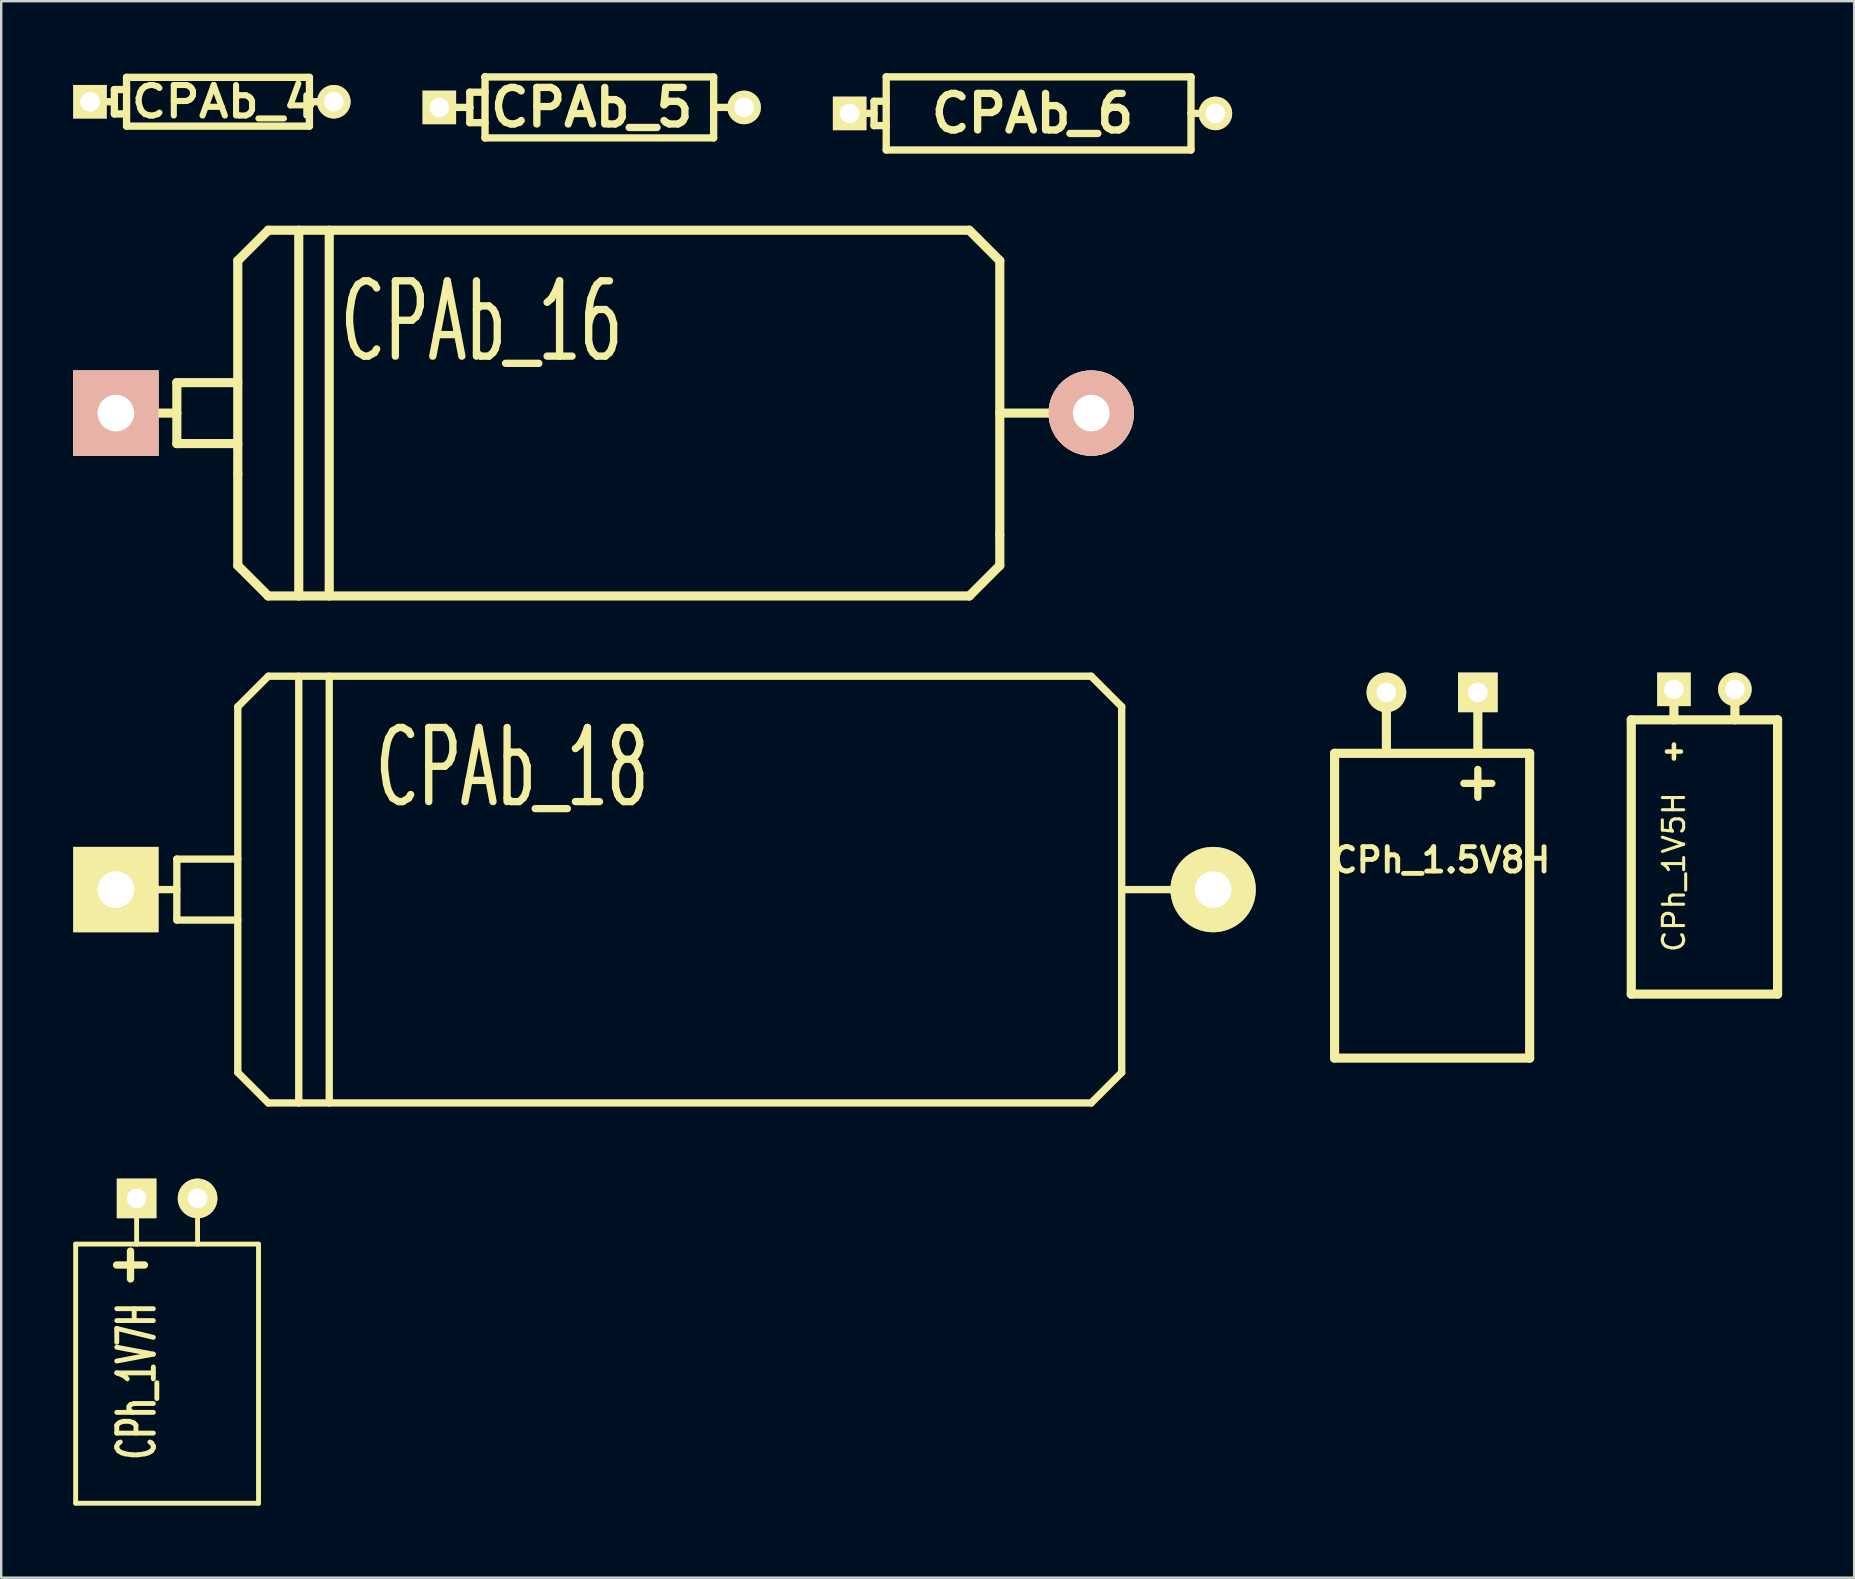
<source format=kicad_pcb>
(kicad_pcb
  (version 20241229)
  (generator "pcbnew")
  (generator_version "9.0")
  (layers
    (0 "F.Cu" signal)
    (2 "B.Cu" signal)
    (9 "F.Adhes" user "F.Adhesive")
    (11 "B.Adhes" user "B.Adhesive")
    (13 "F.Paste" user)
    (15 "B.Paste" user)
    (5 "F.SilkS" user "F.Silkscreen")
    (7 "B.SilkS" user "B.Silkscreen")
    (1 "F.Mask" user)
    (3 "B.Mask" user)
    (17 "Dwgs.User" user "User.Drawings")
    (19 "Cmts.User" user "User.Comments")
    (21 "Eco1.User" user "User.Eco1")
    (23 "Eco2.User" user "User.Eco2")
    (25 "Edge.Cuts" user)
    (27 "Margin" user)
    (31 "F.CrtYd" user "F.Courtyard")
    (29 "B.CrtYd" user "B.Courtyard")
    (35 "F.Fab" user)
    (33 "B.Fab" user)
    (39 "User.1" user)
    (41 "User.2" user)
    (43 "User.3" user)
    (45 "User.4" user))
  (footprint "CPAb_5"
    (layer "F.Cu")
    (at 21.605 1.426)
    (property "Reference" "CPAb_5" (at 0 0 0) (layer "F.SilkS") (effects (font (size 1.524 1.524) (thickness 0.305))))
    (attr through_hole)
    (fp_line (start -6.35 0) (end -6.35 0) (stroke (width 0.305) (type solid)) (layer "F.SilkS"))
    (fp_line (start -6.35 0) (end -5.08 0) (stroke (width 0.305) (type solid)) (layer "F.SilkS"))
    (fp_line (start -5.08 -0.635) (end -5.08 0.635) (stroke (width 0.305) (type solid)) (layer "F.SilkS"))
    (fp_line (start -5.08 0) (end -5.08 0) (stroke (width 0.305) (type solid)) (layer "F.SilkS"))
    (fp_line (start -5.08 0) (end -5.08 0) (stroke (width 0.305) (type solid)) (layer "F.SilkS"))
    (fp_line (start -5.08 0.635) (end -4.445 0.635) (stroke (width 0.305) (type solid)) (layer "F.SilkS"))
    (fp_line (start -4.445 -1.27) (end -4.445 -1.27) (stroke (width 0.305) (type solid)) (layer "F.SilkS"))
    (fp_line (start -4.445 -1.27) (end -4.445 -1.27) (stroke (width 0.305) (type solid)) (layer "F.SilkS"))
    (fp_line (start -4.445 -1.27) (end -4.445 -1.27) (stroke (width 0.305) (type solid)) (layer "F.SilkS"))
    (fp_line (start -4.445 -1.27) (end 5.08 -1.27) (stroke (width 0.305) (type solid)) (layer "F.SilkS"))
    (fp_line (start -4.445 -0.635) (end -5.08 -0.635) (stroke (width 0.305) (type solid)) (layer "F.SilkS"))
    (fp_line (start -4.445 -0.635) (end -4.445 -0.635) (stroke (width 0.305) (type solid)) (layer "F.SilkS"))
    (fp_line (start -4.445 1.27) (end -4.445 -1.27) (stroke (width 0.305) (type solid)) (layer "F.SilkS"))
    (fp_line (start 5.08 -1.27) (end 5.08 1.27) (stroke (width 0.305) (type solid)) (layer "F.SilkS"))
    (fp_line (start 5.08 0) (end 5.08 0) (stroke (width 0.305) (type solid)) (layer "F.SilkS"))
    (fp_line (start 5.08 0) (end 5.08 0) (stroke (width 0.305) (type solid)) (layer "F.SilkS"))
    (fp_line (start 5.08 0) (end 6.35 0) (stroke (width 0.305) (type solid)) (layer "F.SilkS"))
    (fp_line (start 5.08 1.27) (end -4.445 1.27) (stroke (width 0.305) (type solid)) (layer "F.SilkS"))
    (fp_line (start 6.35 0) (end 6.35 0) (stroke (width 0.305) (type solid)) (layer "F.SilkS"))
    (fp_line (start 6.35 0) (end 6.35 0) (stroke (width 0.305) (type solid)) (layer "F.SilkS"))
    (fp_line (start 6.35 0) (end 6.35 0) (stroke (width 0.305) (type solid)) (layer "F.SilkS"))
    (pad "1" thru_hole rect (at -6.35 0) (size 1.397 1.397) (drill 0.813) (layers "*.Cu" "*.Mask" "F.SilkS"))
    (pad "2" thru_hole circle (at 6.35 0) (size 1.397 1.397) (drill 0.813) (layers "*.Cu" "*.Mask" "F.SilkS")))
  (footprint "CPAb_6"
    (layer "F.Cu")
    (at 39.972 1.676)
    (property "Reference" "CPAb_6" (at 0 0 0) (layer "F.SilkS") (effects (font (size 1.524 1.524) (thickness 0.305))))
    (attr through_hole)
    (fp_line (start -7.62 0) (end -6.604 0) (stroke (width 0.305) (type solid)) (layer "F.SilkS"))
    (fp_line (start -6.604 -0.508) (end -6.096 -0.508) (stroke (width 0.305) (type solid)) (layer "F.SilkS"))
    (fp_line (start -6.604 0.508) (end -6.604 -0.508) (stroke (width 0.305) (type solid)) (layer "F.SilkS"))
    (fp_line (start -6.096 -1.524) (end -6.096 1.524) (stroke (width 0.305) (type solid)) (layer "F.SilkS"))
    (fp_line (start -6.096 0.508) (end -6.604 0.508) (stroke (width 0.305) (type solid)) (layer "F.SilkS"))
    (fp_line (start -6.096 1.524) (end 6.604 1.524) (stroke (width 0.305) (type solid)) (layer "F.SilkS"))
    (fp_line (start 6.604 -1.524) (end -6.096 -1.524) (stroke (width 0.305) (type solid)) (layer "F.SilkS"))
    (fp_line (start 6.604 0) (end 6.604 -1.524) (stroke (width 0.305) (type solid)) (layer "F.SilkS"))
    (fp_line (start 6.604 1.524) (end 6.604 0) (stroke (width 0.305) (type solid)) (layer "F.SilkS"))
    (fp_line (start 7.62 0) (end 6.604 0) (stroke (width 0.305) (type solid)) (layer "F.SilkS"))
    (pad "1" thru_hole rect (at -7.62 0) (size 1.397 1.397) (drill 0.813) (layers "*.Cu" "*.Mask" "F.SilkS"))
    (pad "2" thru_hole circle (at 7.62 0) (size 1.397 1.397) (drill 0.813) (layers "*.Cu" "*.Mask" "F.SilkS")))
  (footprint "CPh_1V5H"
    (layer "F.Cu")
    (at 67.968 25.672)
    (property "Reference" "CPh_1V5H" (at -1.27 7.62 90) (layer "F.SilkS") (effects (font (size 0.889 0.889) (thickness 0.127))))
    (attr through_hole)
    (fp_line (start -3.048 1.27) (end 3.048 1.27) (stroke (width 0.381) (type solid)) (layer "F.SilkS"))
    (fp_line (start -3.048 12.7) (end -3.048 1.27) (stroke (width 0.381) (type solid)) (layer "F.SilkS"))
    (fp_line (start -3.048 12.7) (end 3.048 12.7) (stroke (width 0.381) (type solid)) (layer "F.SilkS"))
    (fp_line (start -1.27 0) (end -1.27 1.27) (stroke (width 0.381) (type solid)) (layer "F.SilkS"))
    (fp_line (start 1.27 0) (end 1.27 1.27) (stroke (width 0.381) (type solid)) (layer "F.SilkS"))
    (fp_line (start 3.048 1.27) (end 3.048 12.7) (stroke (width 0.381) (type solid)) (layer "F.SilkS"))
    (fp_text user "+" (at -1.27 2.54 0) (layer "F.SilkS") (effects (font (size 0.762 0.762) (thickness 0.191))))
    (pad "1" thru_hole rect (at -1.27 0) (size 1.397 1.397) (drill 0.813) (layers "*.Cu" "*.Mask" "F.SilkS"))
    (pad "2" thru_hole circle (at 1.27 0) (size 1.397 1.397) (drill 0.813) (layers "*.Cu" "*.Mask" "F.SilkS")))
  (footprint "CPh_1.5V8H"
    (layer "F.Cu")
    (at 56.622 25.799)
    (property "Reference" "CPh_1.5V8H" (at 0.381 6.985 0) (layer "F.SilkS") (effects (font (size 1.016 1.016) (thickness 0.203))))
    (attr through_hole)
    (fp_line (start -4.064 2.54) (end -4.064 15.24) (stroke (width 0.381) (type solid)) (layer "F.SilkS"))
    (fp_line (start -4.064 15.24) (end 4.064 15.24) (stroke (width 0.381) (type solid)) (layer "F.SilkS"))
    (fp_line (start -1.905 0) (end -1.905 2.54) (stroke (width 0.381) (type solid)) (layer "F.SilkS"))
    (fp_line (start 1.905 0) (end 1.905 2.54) (stroke (width 0.381) (type solid)) (layer "F.SilkS"))
    (fp_line (start 4.064 2.54) (end -4.064 2.54) (stroke (width 0.381) (type solid)) (layer "F.SilkS"))
    (fp_line (start 4.064 2.54) (end 4.064 15.24) (stroke (width 0.381) (type solid)) (layer "F.SilkS"))
    (fp_text user "+" (at 1.905 3.683 0) (layer "F.SilkS") (effects (font (size 1.524 1.524) (thickness 0.305))))
    (pad "1" thru_hole rect (at 1.905 0) (size 1.651 1.651) (drill 0.813) (layers "*.Cu" "*.Mask" "F.SilkS"))
    (pad "2" thru_hole circle (at -1.905 0) (size 1.651 1.651) (drill 0.813) (layers "*.Cu" "*.Mask" "F.SilkS")))
  (footprint "CPh_1V7H"
    (layer "F.Cu")
    (at 3.912 46.884)
    (property "Reference" "CPh_1V7H" (at -1.267 7.62 90) (layer "F.SilkS") (effects (font (size 1.524 0.864) (thickness 0.203))))
    (attr through_hole)
    (fp_line (start -3.81 1.905) (end -3.81 12.7) (stroke (width 0.203) (type solid)) (layer "F.SilkS"))
    (fp_line (start -3.81 12.7) (end 3.81 12.7) (stroke (width 0.203) (type solid)) (layer "F.SilkS"))
    (fp_line (start -1.27 0) (end -1.27 1.905) (stroke (width 0.203) (type solid)) (layer "F.SilkS"))
    (fp_line (start 1.27 0) (end 1.27 1.905) (stroke (width 0.203) (type solid)) (layer "F.SilkS"))
    (fp_line (start 3.81 1.905) (end -3.81 1.905) (stroke (width 0.203) (type solid)) (layer "F.SilkS"))
    (fp_line (start 3.81 12.7) (end 3.81 1.905) (stroke (width 0.203) (type solid)) (layer "F.SilkS"))
    (fp_text user "+" (at -1.524 2.667 0) (layer "F.SilkS") (effects (font (size 1.524 1.524) (thickness 0.305))))
    (pad "1" thru_hole rect (at -1.27 0) (size 1.651 1.651) (drill 0.813) (layers "*.Cu" "*.Mask" "F.SilkS"))
    (pad "2" thru_hole circle (at 1.27 0) (size 1.651 1.651) (drill 0.813) (layers "*.Cu" "*.Mask" "F.SilkS")))
  (footprint "CPAb_16"
    (layer "F.Cu")
    (at 22.098 14.163)
    (property "Reference" "CPAb_16" (at -5.08 -3.81 0) (layer "F.SilkS") (effects (font (size 3.139 1.819) (thickness 0.305))))
    (attr through_hole)
    (fp_line (start -17.78 -1.27) (end -17.78 1.27) (stroke (width 0.381) (type solid)) (layer "F.SilkS"))
    (fp_line (start -17.78 0) (end -20.32 0) (stroke (width 0.381) (type solid)) (layer "F.SilkS"))
    (fp_line (start -17.78 1.27) (end -15.24 1.27) (stroke (width 0.381) (type solid)) (layer "F.SilkS"))
    (fp_line (start -15.24 -6.35) (end -13.97 -7.62) (stroke (width 0.381) (type solid)) (layer "F.SilkS"))
    (fp_line (start -15.24 -1.27) (end -17.78 -1.27) (stroke (width 0.381) (type solid)) (layer "F.SilkS"))
    (fp_line (start -15.24 2.54) (end -15.24 -6.35) (stroke (width 0.381) (type solid)) (layer "F.SilkS"))
    (fp_line (start -15.24 6.35) (end -15.24 2.54) (stroke (width 0.381) (type solid)) (layer "F.SilkS"))
    (fp_line (start -13.97 7.62) (end -15.24 6.35) (stroke (width 0.381) (type solid)) (layer "F.SilkS"))
    (fp_line (start -12.7 7.62) (end -12.7 -7.62) (stroke (width 0.381) (type solid)) (layer "F.SilkS"))
    (fp_line (start -11.43 7.62) (end -11.43 -7.62) (stroke (width 0.381) (type solid)) (layer "F.SilkS"))
    (fp_line (start 15.24 -7.62) (end -13.97 -7.62) (stroke (width 0.381) (type solid)) (layer "F.SilkS"))
    (fp_line (start 15.24 7.62) (end -13.97 7.62) (stroke (width 0.381) (type solid)) (layer "F.SilkS"))
    (fp_line (start 16.51 -6.35) (end 15.24 -7.62) (stroke (width 0.381) (type solid)) (layer "F.SilkS"))
    (fp_line (start 16.51 5.08) (end 16.51 -6.35) (stroke (width 0.381) (type solid)) (layer "F.SilkS"))
    (fp_line (start 16.51 5.08) (end 16.51 6.35) (stroke (width 0.381) (type solid)) (layer "F.SilkS"))
    (fp_line (start 16.51 6.35) (end 15.24 7.62) (stroke (width 0.381) (type solid)) (layer "F.SilkS"))
    (fp_line (start 20.32 0) (end 16.51 0) (stroke (width 0.381) (type solid)) (layer "F.SilkS"))
    (pad "1" thru_hole rect (at -20.32 0) (size 3.556 3.556) (drill 1.524) (layers "*.Cu" "*.SilkS" "*.Mask"))
    (pad "2" thru_hole circle (at 20.32 0) (size 3.556 3.556) (drill 1.524) (layers "*.Cu" "*.SilkS" "*.Mask")))
  (footprint "CPAb_4"
    (layer "F.Cu")
    (at 5.779 1.189)
    (property "Reference" "CPAb_4" (at 0.508 0 0) (layer "F.SilkS") (effects (font (size 1.27 1.397) (thickness 0.254))))
    (attr through_hole)
    (fp_line (start -5.08 0) (end -4.064 0) (stroke (width 0.305) (type solid)) (layer "F.SilkS"))
    (fp_line (start -4.064 -0.508) (end -3.556 -0.508) (stroke (width 0.305) (type solid)) (layer "F.SilkS"))
    (fp_line (start -4.064 0.508) (end -4.064 -0.508) (stroke (width 0.305) (type solid)) (layer "F.SilkS"))
    (fp_line (start -3.556 -1.016) (end 4.064 -1.016) (stroke (width 0.305) (type solid)) (layer "F.SilkS"))
    (fp_line (start -3.556 0.508) (end -4.064 0.508) (stroke (width 0.305) (type solid)) (layer "F.SilkS"))
    (fp_line (start -3.556 1.016) (end -3.556 -1.016) (stroke (width 0.305) (type solid)) (layer "F.SilkS"))
    (fp_line (start 4.064 -1.016) (end 4.064 0) (stroke (width 0.305) (type solid)) (layer "F.SilkS"))
    (fp_line (start 4.064 0) (end 4.064 1.016) (stroke (width 0.305) (type solid)) (layer "F.SilkS"))
    (fp_line (start 4.064 1.016) (end -3.556 1.016) (stroke (width 0.305) (type solid)) (layer "F.SilkS"))
    (fp_line (start 5.08 0) (end 4.064 0) (stroke (width 0.305) (type solid)) (layer "F.SilkS"))
    (pad "1" thru_hole rect (at -5.08 0) (size 1.397 1.397) (drill 0.813) (layers "*.Cu" "*.Mask" "F.SilkS"))
    (pad "2" thru_hole circle (at 5.08 0) (size 1.397 1.397) (drill 0.813) (layers "*.Cu" "*.Mask" "F.SilkS")))
  (footprint "CPAb_18"
    (layer "F.Cu")
    (at 24.638 34.016)
    (property "Reference" "CPAb_18" (at -6.35 -5.08 0) (layer "F.SilkS") (effects (font (size 3.089 1.758) (thickness 0.305))))
    (attr through_hole)
    (fp_line (start -20.32 -1.27) (end -20.32 1.27) (stroke (width 0.305) (type solid)) (layer "F.SilkS"))
    (fp_line (start -20.32 0) (end -22.86 0) (stroke (width 0.305) (type solid)) (layer "F.SilkS"))
    (fp_line (start -20.32 1.27) (end -17.78 1.27) (stroke (width 0.305) (type solid)) (layer "F.SilkS"))
    (fp_line (start -17.78 -7.62) (end -17.78 7.62) (stroke (width 0.305) (type solid)) (layer "F.SilkS"))
    (fp_line (start -17.78 -7.62) (end -16.51 -8.89) (stroke (width 0.305) (type solid)) (layer "F.SilkS"))
    (fp_line (start -17.78 -1.27) (end -20.32 -1.27) (stroke (width 0.305) (type solid)) (layer "F.SilkS"))
    (fp_line (start -16.51 -8.89) (end 17.78 -8.89) (stroke (width 0.305) (type solid)) (layer "F.SilkS"))
    (fp_line (start -16.51 8.89) (end -17.78 7.62) (stroke (width 0.305) (type solid)) (layer "F.SilkS"))
    (fp_line (start -15.24 -8.89) (end -15.24 8.89) (stroke (width 0.305) (type solid)) (layer "F.SilkS"))
    (fp_line (start -13.97 -8.89) (end -13.97 8.89) (stroke (width 0.305) (type solid)) (layer "F.SilkS"))
    (fp_line (start 17.78 -8.89) (end 19.05 -7.62) (stroke (width 0.305) (type solid)) (layer "F.SilkS"))
    (fp_line (start 17.78 8.89) (end -16.51 8.89) (stroke (width 0.305) (type solid)) (layer "F.SilkS"))
    (fp_line (start 19.05 -7.62) (end 19.05 7.62) (stroke (width 0.305) (type solid)) (layer "F.SilkS"))
    (fp_line (start 19.05 0) (end 22.86 0) (stroke (width 0.305) (type solid)) (layer "F.SilkS"))
    (fp_line (start 19.05 7.62) (end 17.78 8.89) (stroke (width 0.305) (type solid)) (layer "F.SilkS"))
    (pad "1" thru_hole rect (at -22.86 0) (size 3.556 3.556) (drill 1.524) (layers "*.Cu" "*.Mask" "F.SilkS"))
    (pad "2" thru_hole circle (at 22.86 0) (size 3.556 3.556) (drill 1.524) (layers "*.Cu" "*.Mask" "F.SilkS")))
  (gr_rect
    (start -3 -3)
    (end 74.207 62.686)
    (stroke (width 0.1) (type default))
    (fill no)
    (layer "Edge.Cuts")))
</source>
